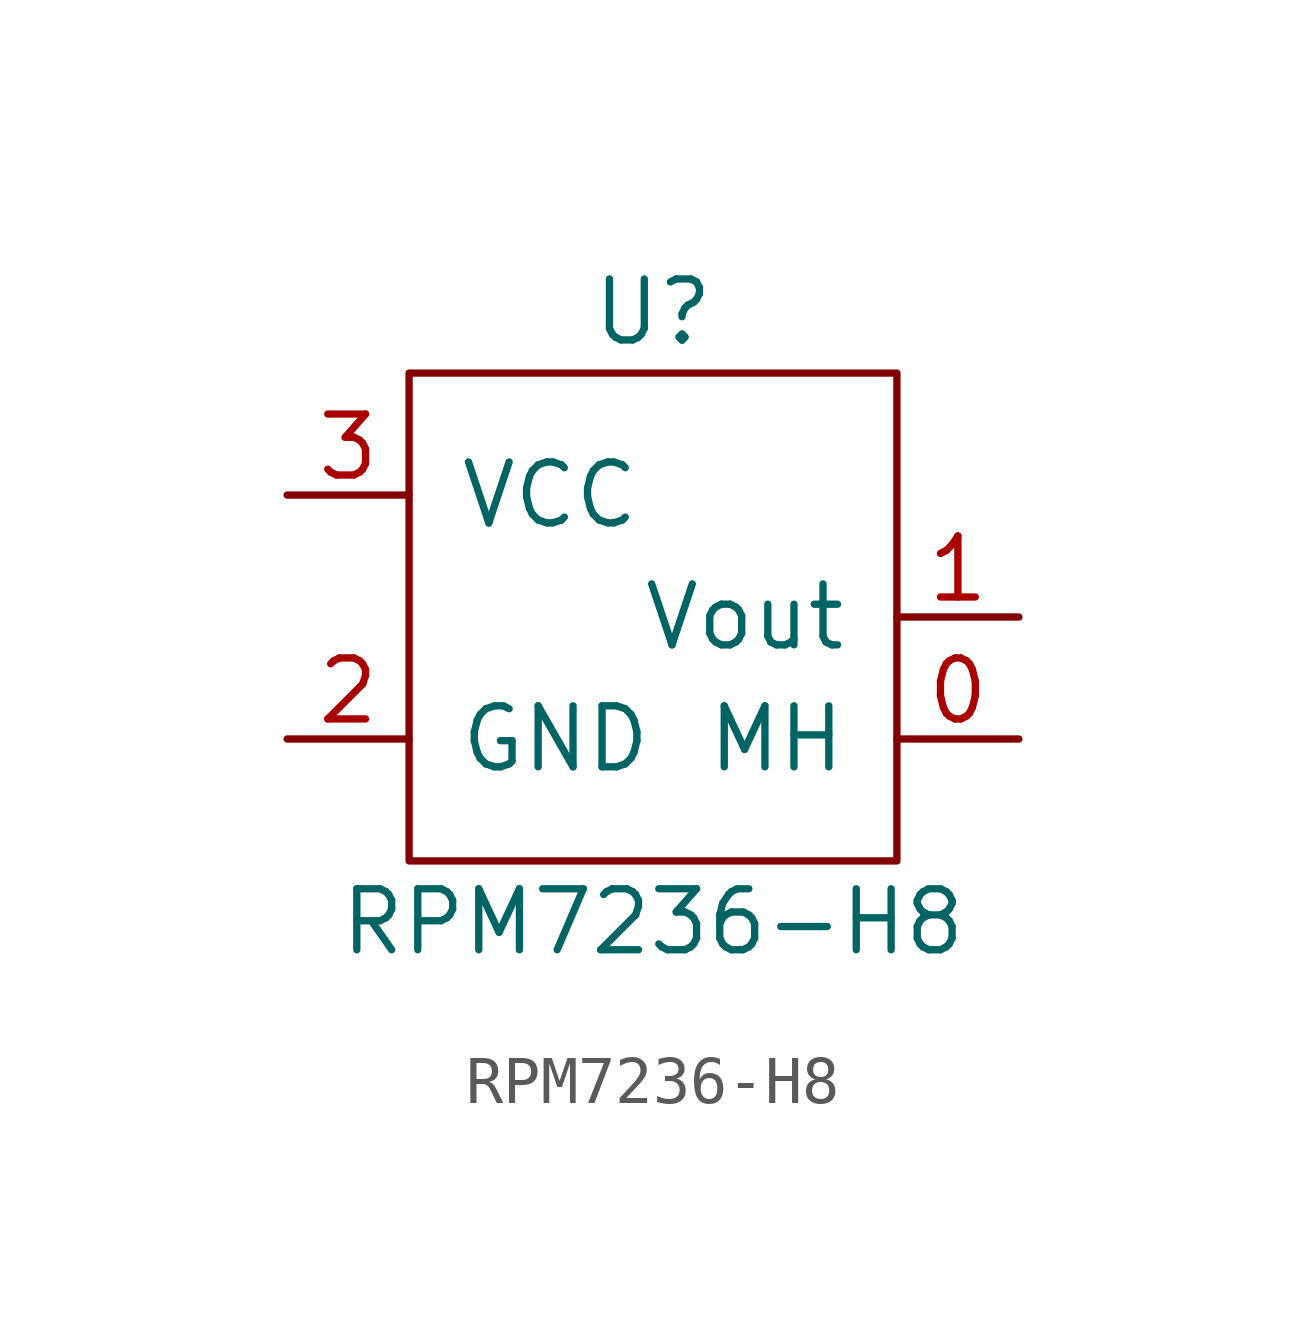
<source format=kicad_sym>
(kicad_symbol_lib
  (version 20220914)
  (generator kicad_symbol_editor)
  (symbol "RPM7236-H8"
    (pin_names
      (offset 1.016))
    (property "Reference" "U"
      (at 0 6.35 0)
      (effects (font (size 1.27 1.27))))
    (property "Value" "RPM7236-H8"
      (at 0 -6.35 0)
      (effects (font (size 1.27 1.27))))
    (symbol "RPM7236-H8_0_1"
      (rectangle (start -5.08 5.08) (end 5.08 -5.08) (stroke (width 0) (type solid)) (fill (type none))))
    (symbol "RPM7236-H8_1_1"
      (pin passive line (at 7.62 -2.54 180) (length 2.54) (name "MH" (effects (font (size 1.27 1.27)))) (number "0" (effects (font (size 1.27 1.27)))))
      (pin output line (at 7.62 0 180) (length 2.54) (name "Vout" (effects (font (size 1.27 1.27)))) (number "1" (effects (font (size 1.27 1.27)))))
      (pin power_in line (at -7.62 -2.54 0) (length 2.54) (name "GND" (effects (font (size 1.27 1.27)))) (number "2" (effects (font (size 1.27 1.27)))))
      (pin power_in line (at -7.62 2.54 0) (length 2.54) (name "VCC" (effects (font (size 1.27 1.27)))) (number "3" (effects (font (size 1.27 1.27))))))))
</source>
